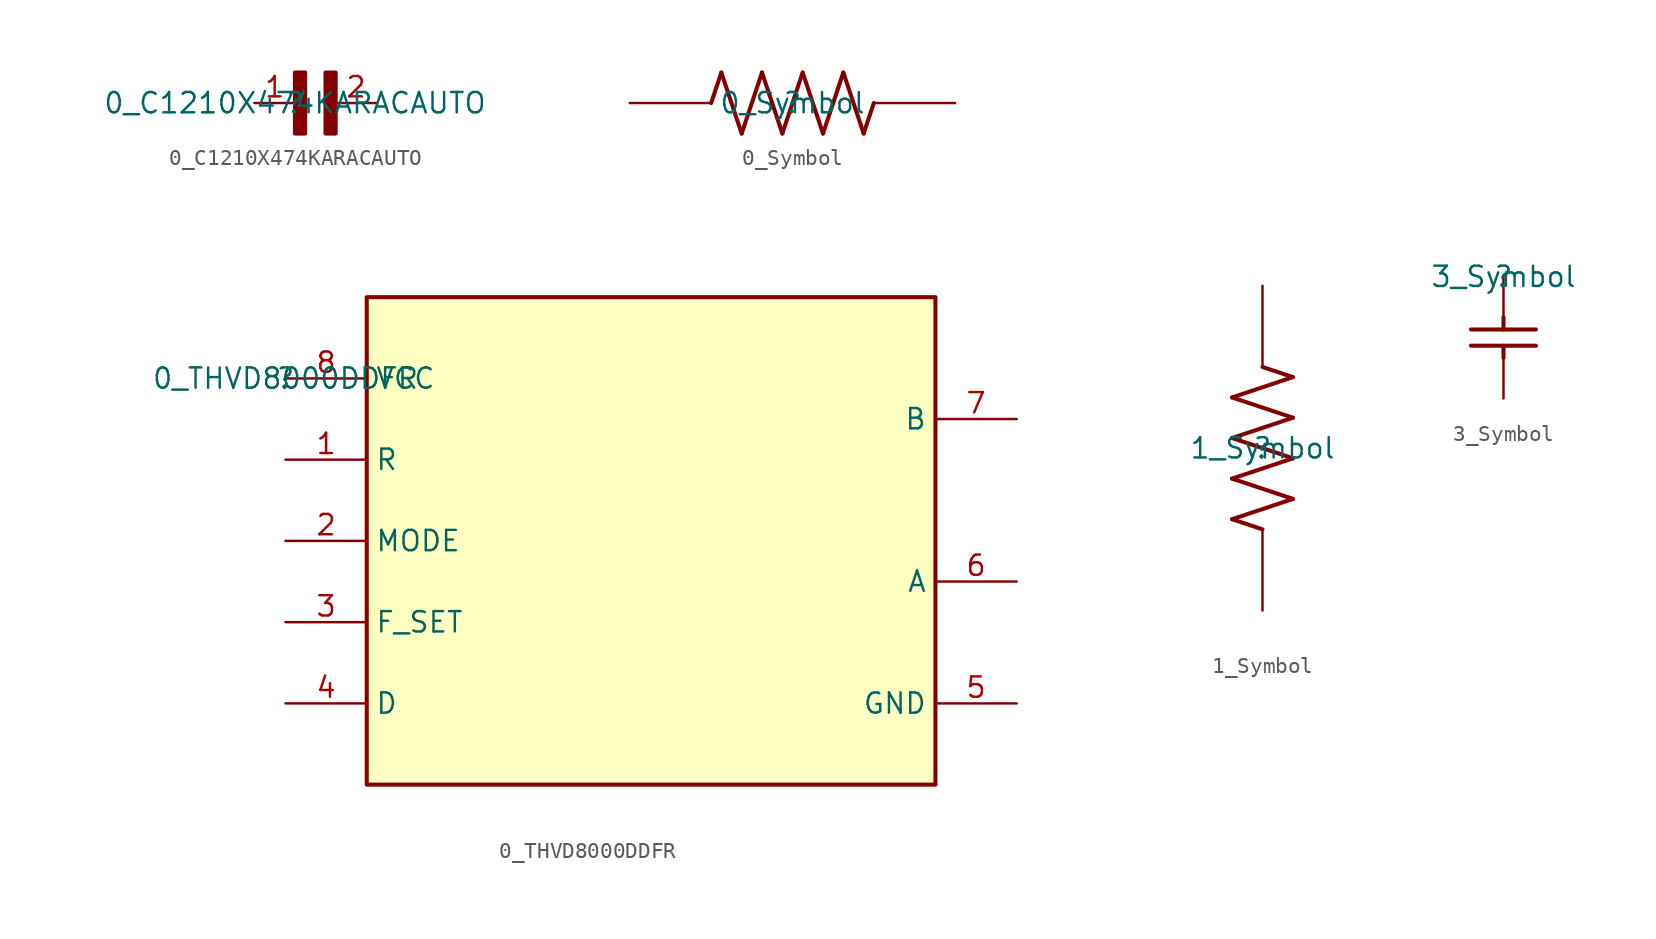
<source format=kicad_sym>
(kicad_symbol_lib
  (version 20211014)
  (generator kicad_symbol_editor)
  (symbol "0_C1210X474KARACAUTO"
    (property "Reference" ""
      (at 0 0 0)
      (effects (font (size 1.27 1.27))))
    (property "Value" "0_C1210X474KARACAUTO"
      (at 0 0 0)
      (effects (font (size 1.27 1.27))))
    (symbol "0_C1210X474KARACAUTO_1_0"
      (rectangle (start 0.635 1.905) (end 0 -1.907) (stroke (width 0.254) (type default) (color 0 0 0 0)) (fill (type outline)))
      (rectangle (start 2.54 1.905) (end 1.907 -1.907) (stroke (width 0.254) (type default) (color 0 0 0 0)) (fill (type outline)))
      (pin passive line (at -2.54 0 0) (length 2.54) (name "1" (effects (font (size 0 0)))) (number "1" (effects (font (size 1.27 1.27)))))
      (pin passive line (at 5.08 0 180) (length 2.54) (name "2" (effects (font (size 0 0)))) (number "2" (effects (font (size 1.27 1.27)))))))
  (symbol "0_Symbol"
    (property "Reference" ""
      (at 0 0 0)
      (effects (font (size 1.27 1.27))))
    (property "Value" "0_Symbol"
      (at 0 0 0)
      (effects (font (size 1.27 1.27))))
    (symbol "0_Symbol_1_0"
      (polyline (pts (xy -5.08 0) (xy -4.445 1.905)) (stroke (width 0.254) (type default) (color 0 0 0 0)) (fill (type none)))
      (polyline (pts (xy -4.445 1.905) (xy -3.175 -1.905)) (stroke (width 0.254) (type default) (color 0 0 0 0)) (fill (type none)))
      (polyline (pts (xy -3.175 -1.905) (xy -1.905 1.905)) (stroke (width 0.254) (type default) (color 0 0 0 0)) (fill (type none)))
      (polyline (pts (xy -1.905 1.905) (xy -0.635 -1.905)) (stroke (width 0.254) (type default) (color 0 0 0 0)) (fill (type none)))
      (polyline (pts (xy -0.635 -1.905) (xy 0.635 1.905)) (stroke (width 0.254) (type default) (color 0 0 0 0)) (fill (type none)))
      (polyline (pts (xy 0.635 1.905) (xy 1.905 -1.905)) (stroke (width 0.254) (type default) (color 0 0 0 0)) (fill (type none)))
      (polyline (pts (xy 1.905 -1.905) (xy 3.175 1.905)) (stroke (width 0.254) (type default) (color 0 0 0 0)) (fill (type none)))
      (polyline (pts (xy 3.175 1.905) (xy 4.445 -1.905)) (stroke (width 0.254) (type default) (color 0 0 0 0)) (fill (type none)))
      (polyline (pts (xy 4.445 -1.905) (xy 5.08 0)) (stroke (width 0.254) (type default) (color 0 0 0 0)) (fill (type none)))
      (pin passive line (at -10.16 0 0) (length 5.08) (name "1" (effects (font (size 0 0)))) (number "1" (effects (font (size 0 0)))))
      (pin passive line (at 10.16 0 180) (length 5.08) (name "2" (effects (font (size 0 0)))) (number "2" (effects (font (size 0 0)))))))
  (symbol "0_THVD8000DDFR"
    (property "Reference" ""
      (at 0 0 0)
      (effects (font (size 1.27 1.27))))
    (property "Value" "0_THVD8000DDFR"
      (at 0 0 0)
      (effects (font (size 1.27 1.27))))
    (symbol "0_THVD8000DDFR_1_0"
      (rectangle (start 40.64 5.08) (end 5.08 -25.4) (stroke (width 0.254) (type default) (color 0 0 0 0)) (fill (type background)))
      (pin output line (at 0 -5.08 0) (length 5.08) (name "R" (effects (font (size 1.27 1.27)))) (number "1" (effects (font (size 1.27 1.27)))))
      (pin input line (at 0 -10.16 0) (length 5.08) (name "MODE" (effects (font (size 1.27 1.27)))) (number "2" (effects (font (size 1.27 1.27)))))
      (pin passive line (at 0 -15.24 0) (length 5.08) (name "F_SET" (effects (font (size 1.27 1.27)))) (number "3" (effects (font (size 1.27 1.27)))))
      (pin input line (at 0 -20.32 0) (length 5.08) (name "D" (effects (font (size 1.27 1.27)))) (number "4" (effects (font (size 1.27 1.27)))))
      (pin power_in line (at 45.72 -20.32 180) (length 5.08) (name "GND" (effects (font (size 1.27 1.27)))) (number "5" (effects (font (size 1.27 1.27)))))
      (pin bidirectional line (at 45.72 -12.7 180) (length 5.08) (name "A" (effects (font (size 1.27 1.27)))) (number "6" (effects (font (size 1.27 1.27)))))
      (pin bidirectional line (at 45.72 -2.54 180) (length 5.08) (name "B" (effects (font (size 1.27 1.27)))) (number "7" (effects (font (size 1.27 1.27)))))
      (pin power_in line (at 0 0 0) (length 5.08) (name "VCC" (effects (font (size 1.27 1.27)))) (number "8" (effects (font (size 1.27 1.27)))))))
  (symbol "1_Symbol"
    (property "Reference" ""
      (at 0 0 0)
      (effects (font (size 1.27 1.27))))
    (property "Value" "1_Symbol"
      (at 0 0 0)
      (effects (font (size 1.27 1.27))))
    (symbol "1_Symbol_1_0"
      (polyline (pts (xy -1.905 -4.445) (xy 1.905 -3.175)) (stroke (width 0.254) (type default) (color 0 0 0 0)) (fill (type none)))
      (polyline (pts (xy -1.905 -1.905) (xy 1.905 -0.635)) (stroke (width 0.254) (type default) (color 0 0 0 0)) (fill (type none)))
      (polyline (pts (xy -1.905 0.635) (xy 1.905 1.905)) (stroke (width 0.254) (type default) (color 0 0 0 0)) (fill (type none)))
      (polyline (pts (xy -1.905 3.175) (xy 1.905 4.445)) (stroke (width 0.254) (type default) (color 0 0 0 0)) (fill (type none)))
      (polyline (pts (xy 0 -5.08) (xy -1.905 -4.445)) (stroke (width 0.254) (type default) (color 0 0 0 0)) (fill (type none)))
      (polyline (pts (xy 1.905 -3.175) (xy -1.905 -1.905)) (stroke (width 0.254) (type default) (color 0 0 0 0)) (fill (type none)))
      (polyline (pts (xy 1.905 -0.635) (xy -1.905 0.635)) (stroke (width 0.254) (type default) (color 0 0 0 0)) (fill (type none)))
      (polyline (pts (xy 1.905 1.905) (xy -1.905 3.175)) (stroke (width 0.254) (type default) (color 0 0 0 0)) (fill (type none)))
      (polyline (pts (xy 1.905 4.445) (xy 0 5.08)) (stroke (width 0.254) (type default) (color 0 0 0 0)) (fill (type none)))
      (pin passive line (at 0 -10.16 90) (length 5.08) (name "1" (effects (font (size 0 0)))) (number "1" (effects (font (size 0 0)))))
      (pin passive line (at 0 10.16 270) (length 5.08) (name "2" (effects (font (size 0 0)))) (number "2" (effects (font (size 0 0)))))))
  (symbol "3_Symbol"
    (property "Reference" ""
      (at 0 0 0)
      (effects (font (size 1.27 1.27))))
    (property "Value" "3_Symbol"
      (at 0 0 0)
      (effects (font (size 1.27 1.27))))
    (symbol "3_Symbol_1_0"
      (polyline (pts (xy -2.032 -3.302) (xy 2.032 -3.302)) (stroke (width 0.254) (type default) (color 0 0 0 0)) (fill (type none)))
      (polyline (pts (xy 0 -5.08) (xy 0 -4.318)) (stroke (width 0.254) (type default) (color 0 0 0 0)) (fill (type none)))
      (polyline (pts (xy 0 -2.54) (xy 0 -3.302)) (stroke (width 0.254) (type default) (color 0 0 0 0)) (fill (type none)))
      (polyline (pts (xy 2.032 -4.318) (xy -2.032 -4.318)) (stroke (width 0.254) (type default) (color 0 0 0 0)) (fill (type none)))
      (pin passive line (at 0 0 270) (length 2.54) (name "1" (effects (font (size 0 0)))) (number "1" (effects (font (size 0 0)))))
      (pin passive line (at 0 -7.62 90) (length 2.54) (name "2" (effects (font (size 0 0)))) (number "2" (effects (font (size 0 0))))))))
</source>
